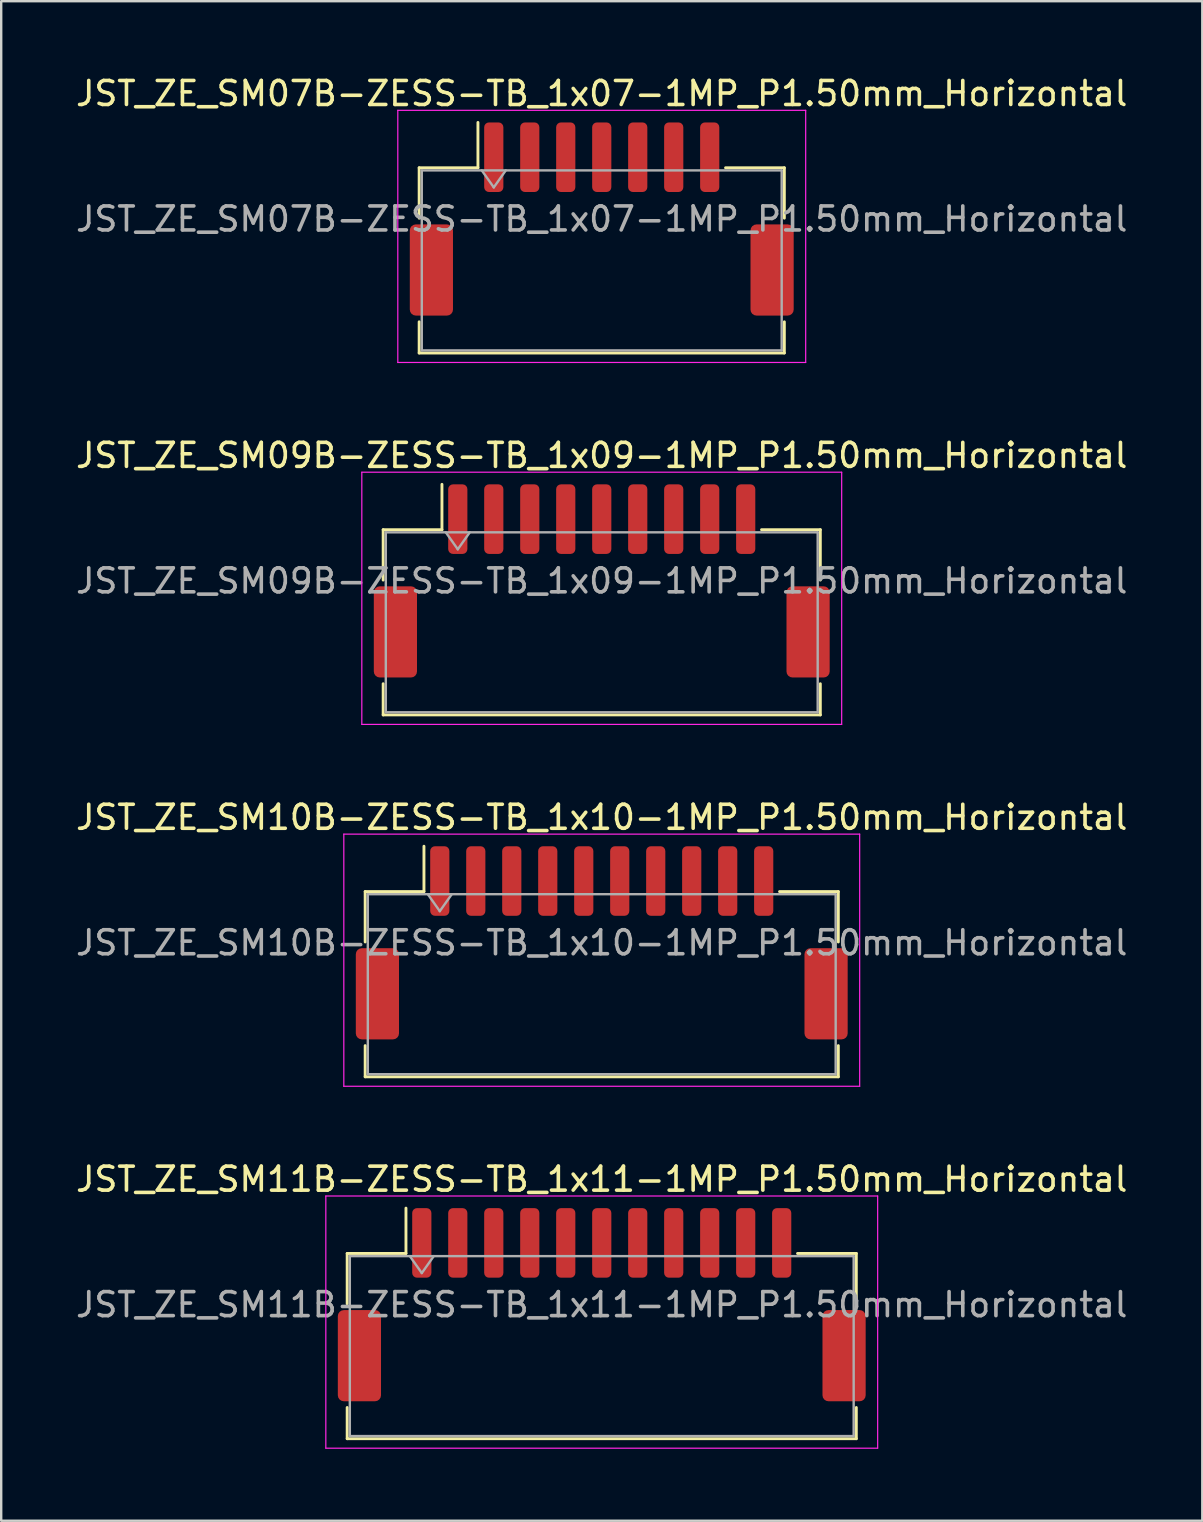
<source format=kicad_pcb>
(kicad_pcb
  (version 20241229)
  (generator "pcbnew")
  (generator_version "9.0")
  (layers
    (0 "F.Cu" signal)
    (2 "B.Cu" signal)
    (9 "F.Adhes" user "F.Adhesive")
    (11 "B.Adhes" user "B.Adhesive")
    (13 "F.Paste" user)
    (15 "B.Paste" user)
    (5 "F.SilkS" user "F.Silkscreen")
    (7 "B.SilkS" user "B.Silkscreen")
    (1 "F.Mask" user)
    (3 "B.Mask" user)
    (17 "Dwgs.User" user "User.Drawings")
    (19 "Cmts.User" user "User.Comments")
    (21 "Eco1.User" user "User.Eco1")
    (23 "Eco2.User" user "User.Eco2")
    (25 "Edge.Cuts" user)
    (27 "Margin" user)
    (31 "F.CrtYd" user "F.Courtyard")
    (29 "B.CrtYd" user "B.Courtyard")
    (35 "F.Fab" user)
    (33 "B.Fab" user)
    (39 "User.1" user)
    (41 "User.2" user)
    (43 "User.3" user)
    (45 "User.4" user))
  (footprint "JST_ZE_SM07B-ZESS-TB_1x07-1MP_P1.50mm_Horizontal"
    (layer "F.Cu")
    (at 22.03 6.078)
    (property "Reference" "JST_ZE_SM07B-ZESS-TB_1x07-1MP_P1.50mm_Horizontal" (at 0 -5.23 0) (layer "F.SilkS") (effects (font (size 1 1) (thickness 0.15))))
    (attr smd)
    (fp_line (start -7.61 -2.135) (end -5.16 -2.135) (stroke (width 0.12) (type solid)) (layer "F.SilkS"))
    (fp_line (start -7.61 -0.035) (end -7.61 -2.135) (stroke (width 0.12) (type solid)) (layer "F.SilkS"))
    (fp_line (start -7.61 4.285) (end -7.61 5.585) (stroke (width 0.12) (type solid)) (layer "F.SilkS"))
    (fp_line (start -7.61 5.585) (end 7.61 5.585) (stroke (width 0.12) (type solid)) (layer "F.SilkS"))
    (fp_line (start -5.16 -2.135) (end -5.16 -4.025) (stroke (width 0.12) (type solid)) (layer "F.SilkS"))
    (fp_line (start 7.61 -2.135) (end 5.16 -2.135) (stroke (width 0.12) (type solid)) (layer "F.SilkS"))
    (fp_line (start 7.61 -0.035) (end 7.61 -2.135) (stroke (width 0.12) (type solid)) (layer "F.SilkS"))
    (fp_line (start 7.61 5.585) (end 7.61 4.285) (stroke (width 0.12) (type solid)) (layer "F.SilkS"))
    (fp_line (start -8.5 -4.53) (end -8.5 5.98) (stroke (width 0.05) (type solid)) (layer "F.CrtYd"))
    (fp_line (start -8.5 5.98) (end 8.5 5.98) (stroke (width 0.05) (type solid)) (layer "F.CrtYd"))
    (fp_line (start 8.5 -4.53) (end -8.5 -4.53) (stroke (width 0.05) (type solid)) (layer "F.CrtYd"))
    (fp_line (start 8.5 5.98) (end 8.5 -4.53) (stroke (width 0.05) (type solid)) (layer "F.CrtYd"))
    (fp_line (start -7.5 -2.025) (end -7.5 5.475) (stroke (width 0.1) (type solid)) (layer "F.Fab"))
    (fp_line (start -7.5 -2.025) (end 7.5 -2.025) (stroke (width 0.1) (type solid)) (layer "F.Fab"))
    (fp_line (start -7.5 5.475) (end 7.5 5.475) (stroke (width 0.1) (type solid)) (layer "F.Fab"))
    (fp_line (start -5 -2.025) (end -4.5 -1.318) (stroke (width 0.1) (type solid)) (layer "F.Fab"))
    (fp_line (start -4.5 -1.318) (end -4 -2.025) (stroke (width 0.1) (type solid)) (layer "F.Fab"))
    (fp_line (start 7.5 -2.025) (end 7.5 5.475) (stroke (width 0.1) (type solid)) (layer "F.Fab"))
    (fp_text user "${REFERENCE}" (at 0 0 0) (layer "F.Fab") (effects (font (size 1 1) (thickness 0.15))))
    (pad "1" smd roundrect (at -4.5 -2.575) (size 0.8 2.9) (layers "F.Cu" "F.Mask" "F.Paste") (roundrect_rratio 0.25))
    (pad "2" smd roundrect (at -3 -2.575) (size 0.8 2.9) (layers "F.Cu" "F.Mask" "F.Paste") (roundrect_rratio 0.25))
    (pad "3" smd roundrect (at -1.5 -2.575) (size 0.8 2.9) (layers "F.Cu" "F.Mask" "F.Paste") (roundrect_rratio 0.25))
    (pad "4" smd roundrect (at 0 -2.575) (size 0.8 2.9) (layers "F.Cu" "F.Mask" "F.Paste") (roundrect_rratio 0.25))
    (pad "5" smd roundrect (at 1.5 -2.575) (size 0.8 2.9) (layers "F.Cu" "F.Mask" "F.Paste") (roundrect_rratio 0.25))
    (pad "6" smd roundrect (at 3 -2.575) (size 0.8 2.9) (layers "F.Cu" "F.Mask" "F.Paste") (roundrect_rratio 0.25))
    (pad "7" smd roundrect (at 4.5 -2.575) (size 0.8 2.9) (layers "F.Cu" "F.Mask" "F.Paste") (roundrect_rratio 0.25))
    (pad "MP" smd roundrect (at -7.1 2.125) (size 1.8 3.8) (layers "F.Cu" "F.Mask" "F.Paste") (roundrect_rratio 0.139))
    (pad "MP" smd roundrect (at 7.1 2.125) (size 1.8 3.8) (layers "F.Cu" "F.Mask" "F.Paste") (roundrect_rratio 0.139)))
  (footprint "JST_ZE_SM10B-ZESS-TB_1x10-1MP_P1.50mm_Horizontal"
    (layer "F.Cu")
    (at 22.03 36.245)
    (property "Reference" "JST_ZE_SM10B-ZESS-TB_1x10-1MP_P1.50mm_Horizontal" (at 0 -5.23 0) (layer "F.SilkS") (effects (font (size 1 1) (thickness 0.15))))
    (attr smd)
    (fp_line (start -9.86 -2.135) (end -7.41 -2.135) (stroke (width 0.12) (type solid)) (layer "F.SilkS"))
    (fp_line (start -9.86 -0.035) (end -9.86 -2.135) (stroke (width 0.12) (type solid)) (layer "F.SilkS"))
    (fp_line (start -9.86 4.285) (end -9.86 5.585) (stroke (width 0.12) (type solid)) (layer "F.SilkS"))
    (fp_line (start -9.86 5.585) (end 9.86 5.585) (stroke (width 0.12) (type solid)) (layer "F.SilkS"))
    (fp_line (start -7.41 -2.135) (end -7.41 -4.025) (stroke (width 0.12) (type solid)) (layer "F.SilkS"))
    (fp_line (start 9.86 -2.135) (end 7.41 -2.135) (stroke (width 0.12) (type solid)) (layer "F.SilkS"))
    (fp_line (start 9.86 -0.035) (end 9.86 -2.135) (stroke (width 0.12) (type solid)) (layer "F.SilkS"))
    (fp_line (start 9.86 5.585) (end 9.86 4.285) (stroke (width 0.12) (type solid)) (layer "F.SilkS"))
    (fp_line (start -10.75 -4.53) (end -10.75 5.98) (stroke (width 0.05) (type solid)) (layer "F.CrtYd"))
    (fp_line (start -10.75 5.98) (end 10.75 5.98) (stroke (width 0.05) (type solid)) (layer "F.CrtYd"))
    (fp_line (start 10.75 -4.53) (end -10.75 -4.53) (stroke (width 0.05) (type solid)) (layer "F.CrtYd"))
    (fp_line (start 10.75 5.98) (end 10.75 -4.53) (stroke (width 0.05) (type solid)) (layer "F.CrtYd"))
    (fp_line (start -9.75 -2.025) (end -9.75 5.475) (stroke (width 0.1) (type solid)) (layer "F.Fab"))
    (fp_line (start -9.75 -2.025) (end 9.75 -2.025) (stroke (width 0.1) (type solid)) (layer "F.Fab"))
    (fp_line (start -9.75 5.475) (end 9.75 5.475) (stroke (width 0.1) (type solid)) (layer "F.Fab"))
    (fp_line (start -7.25 -2.025) (end -6.75 -1.318) (stroke (width 0.1) (type solid)) (layer "F.Fab"))
    (fp_line (start -6.75 -1.318) (end -6.25 -2.025) (stroke (width 0.1) (type solid)) (layer "F.Fab"))
    (fp_line (start 9.75 -2.025) (end 9.75 5.475) (stroke (width 0.1) (type solid)) (layer "F.Fab"))
    (fp_text user "${REFERENCE}" (at 0 0 0) (layer "F.Fab") (effects (font (size 1 1) (thickness 0.15))))
    (pad "1" smd roundrect (at -6.75 -2.575) (size 0.8 2.9) (layers "F.Cu" "F.Mask" "F.Paste") (roundrect_rratio 0.25))
    (pad "2" smd roundrect (at -5.25 -2.575) (size 0.8 2.9) (layers "F.Cu" "F.Mask" "F.Paste") (roundrect_rratio 0.25))
    (pad "3" smd roundrect (at -3.75 -2.575) (size 0.8 2.9) (layers "F.Cu" "F.Mask" "F.Paste") (roundrect_rratio 0.25))
    (pad "4" smd roundrect (at -2.25 -2.575) (size 0.8 2.9) (layers "F.Cu" "F.Mask" "F.Paste") (roundrect_rratio 0.25))
    (pad "5" smd roundrect (at -0.75 -2.575) (size 0.8 2.9) (layers "F.Cu" "F.Mask" "F.Paste") (roundrect_rratio 0.25))
    (pad "6" smd roundrect (at 0.75 -2.575) (size 0.8 2.9) (layers "F.Cu" "F.Mask" "F.Paste") (roundrect_rratio 0.25))
    (pad "7" smd roundrect (at 2.25 -2.575) (size 0.8 2.9) (layers "F.Cu" "F.Mask" "F.Paste") (roundrect_rratio 0.25))
    (pad "8" smd roundrect (at 3.75 -2.575) (size 0.8 2.9) (layers "F.Cu" "F.Mask" "F.Paste") (roundrect_rratio 0.25))
    (pad "9" smd roundrect (at 5.25 -2.575) (size 0.8 2.9) (layers "F.Cu" "F.Mask" "F.Paste") (roundrect_rratio 0.25))
    (pad "10" smd roundrect (at 6.75 -2.575) (size 0.8 2.9) (layers "F.Cu" "F.Mask" "F.Paste") (roundrect_rratio 0.25))
    (pad "MP" smd roundrect (at -9.35 2.125) (size 1.8 3.8) (layers "F.Cu" "F.Mask" "F.Paste") (roundrect_rratio 0.139))
    (pad "MP" smd roundrect (at 9.35 2.125) (size 1.8 3.8) (layers "F.Cu" "F.Mask" "F.Paste") (roundrect_rratio 0.139)))
  (footprint "JST_ZE_SM09B-ZESS-TB_1x09-1MP_P1.50mm_Horizontal"
    (layer "F.Cu")
    (at 22.03 21.162)
    (property "Reference" "JST_ZE_SM09B-ZESS-TB_1x09-1MP_P1.50mm_Horizontal" (at 0 -5.23 0) (layer "F.SilkS") (effects (font (size 1 1) (thickness 0.15))))
    (attr smd)
    (fp_line (start -9.11 -2.135) (end -6.66 -2.135) (stroke (width 0.12) (type solid)) (layer "F.SilkS"))
    (fp_line (start -9.11 -0.035) (end -9.11 -2.135) (stroke (width 0.12) (type solid)) (layer "F.SilkS"))
    (fp_line (start -9.11 4.285) (end -9.11 5.585) (stroke (width 0.12) (type solid)) (layer "F.SilkS"))
    (fp_line (start -9.11 5.585) (end 9.11 5.585) (stroke (width 0.12) (type solid)) (layer "F.SilkS"))
    (fp_line (start -6.66 -2.135) (end -6.66 -4.025) (stroke (width 0.12) (type solid)) (layer "F.SilkS"))
    (fp_line (start 9.11 -2.135) (end 6.66 -2.135) (stroke (width 0.12) (type solid)) (layer "F.SilkS"))
    (fp_line (start 9.11 -0.035) (end 9.11 -2.135) (stroke (width 0.12) (type solid)) (layer "F.SilkS"))
    (fp_line (start 9.11 5.585) (end 9.11 4.285) (stroke (width 0.12) (type solid)) (layer "F.SilkS"))
    (fp_line (start -10 -4.53) (end -10 5.98) (stroke (width 0.05) (type solid)) (layer "F.CrtYd"))
    (fp_line (start -10 5.98) (end 10 5.98) (stroke (width 0.05) (type solid)) (layer "F.CrtYd"))
    (fp_line (start 10 -4.53) (end -10 -4.53) (stroke (width 0.05) (type solid)) (layer "F.CrtYd"))
    (fp_line (start 10 5.98) (end 10 -4.53) (stroke (width 0.05) (type solid)) (layer "F.CrtYd"))
    (fp_line (start -9 -2.025) (end -9 5.475) (stroke (width 0.1) (type solid)) (layer "F.Fab"))
    (fp_line (start -9 -2.025) (end 9 -2.025) (stroke (width 0.1) (type solid)) (layer "F.Fab"))
    (fp_line (start -9 5.475) (end 9 5.475) (stroke (width 0.1) (type solid)) (layer "F.Fab"))
    (fp_line (start -6.5 -2.025) (end -6 -1.318) (stroke (width 0.1) (type solid)) (layer "F.Fab"))
    (fp_line (start -6 -1.318) (end -5.5 -2.025) (stroke (width 0.1) (type solid)) (layer "F.Fab"))
    (fp_line (start 9 -2.025) (end 9 5.475) (stroke (width 0.1) (type solid)) (layer "F.Fab"))
    (fp_text user "${REFERENCE}" (at 0 0 0) (layer "F.Fab") (effects (font (size 1 1) (thickness 0.15))))
    (pad "1" smd roundrect (at -6 -2.575) (size 0.8 2.9) (layers "F.Cu" "F.Mask" "F.Paste") (roundrect_rratio 0.25))
    (pad "2" smd roundrect (at -4.5 -2.575) (size 0.8 2.9) (layers "F.Cu" "F.Mask" "F.Paste") (roundrect_rratio 0.25))
    (pad "3" smd roundrect (at -3 -2.575) (size 0.8 2.9) (layers "F.Cu" "F.Mask" "F.Paste") (roundrect_rratio 0.25))
    (pad "4" smd roundrect (at -1.5 -2.575) (size 0.8 2.9) (layers "F.Cu" "F.Mask" "F.Paste") (roundrect_rratio 0.25))
    (pad "5" smd roundrect (at 0 -2.575) (size 0.8 2.9) (layers "F.Cu" "F.Mask" "F.Paste") (roundrect_rratio 0.25))
    (pad "6" smd roundrect (at 1.5 -2.575) (size 0.8 2.9) (layers "F.Cu" "F.Mask" "F.Paste") (roundrect_rratio 0.25))
    (pad "7" smd roundrect (at 3 -2.575) (size 0.8 2.9) (layers "F.Cu" "F.Mask" "F.Paste") (roundrect_rratio 0.25))
    (pad "8" smd roundrect (at 4.5 -2.575) (size 0.8 2.9) (layers "F.Cu" "F.Mask" "F.Paste") (roundrect_rratio 0.25))
    (pad "9" smd roundrect (at 6 -2.575) (size 0.8 2.9) (layers "F.Cu" "F.Mask" "F.Paste") (roundrect_rratio 0.25))
    (pad "MP" smd roundrect (at -8.6 2.125) (size 1.8 3.8) (layers "F.Cu" "F.Mask" "F.Paste") (roundrect_rratio 0.139))
    (pad "MP" smd roundrect (at 8.6 2.125) (size 1.8 3.8) (layers "F.Cu" "F.Mask" "F.Paste") (roundrect_rratio 0.139)))
  (footprint "JST_ZE_SM11B-ZESS-TB_1x11-1MP_P1.50mm_Horizontal"
    (layer "F.Cu")
    (at 22.03 51.328)
    (property "Reference" "JST_ZE_SM11B-ZESS-TB_1x11-1MP_P1.50mm_Horizontal" (at 0 -5.23 0) (layer "F.SilkS") (effects (font (size 1 1) (thickness 0.15))))
    (attr smd)
    (fp_line (start -10.61 -2.135) (end -8.16 -2.135) (stroke (width 0.12) (type solid)) (layer "F.SilkS"))
    (fp_line (start -10.61 -0.035) (end -10.61 -2.135) (stroke (width 0.12) (type solid)) (layer "F.SilkS"))
    (fp_line (start -10.61 4.285) (end -10.61 5.585) (stroke (width 0.12) (type solid)) (layer "F.SilkS"))
    (fp_line (start -10.61 5.585) (end 10.61 5.585) (stroke (width 0.12) (type solid)) (layer "F.SilkS"))
    (fp_line (start -8.16 -2.135) (end -8.16 -4.025) (stroke (width 0.12) (type solid)) (layer "F.SilkS"))
    (fp_line (start 10.61 -2.135) (end 8.16 -2.135) (stroke (width 0.12) (type solid)) (layer "F.SilkS"))
    (fp_line (start 10.61 -0.035) (end 10.61 -2.135) (stroke (width 0.12) (type solid)) (layer "F.SilkS"))
    (fp_line (start 10.61 5.585) (end 10.61 4.285) (stroke (width 0.12) (type solid)) (layer "F.SilkS"))
    (fp_line (start -11.5 -4.53) (end -11.5 5.98) (stroke (width 0.05) (type solid)) (layer "F.CrtYd"))
    (fp_line (start -11.5 5.98) (end 11.5 5.98) (stroke (width 0.05) (type solid)) (layer "F.CrtYd"))
    (fp_line (start 11.5 -4.53) (end -11.5 -4.53) (stroke (width 0.05) (type solid)) (layer "F.CrtYd"))
    (fp_line (start 11.5 5.98) (end 11.5 -4.53) (stroke (width 0.05) (type solid)) (layer "F.CrtYd"))
    (fp_line (start -10.5 -2.025) (end -10.5 5.475) (stroke (width 0.1) (type solid)) (layer "F.Fab"))
    (fp_line (start -10.5 -2.025) (end 10.5 -2.025) (stroke (width 0.1) (type solid)) (layer "F.Fab"))
    (fp_line (start -10.5 5.475) (end 10.5 5.475) (stroke (width 0.1) (type solid)) (layer "F.Fab"))
    (fp_line (start -8 -2.025) (end -7.5 -1.318) (stroke (width 0.1) (type solid)) (layer "F.Fab"))
    (fp_line (start -7.5 -1.318) (end -7 -2.025) (stroke (width 0.1) (type solid)) (layer "F.Fab"))
    (fp_line (start 10.5 -2.025) (end 10.5 5.475) (stroke (width 0.1) (type solid)) (layer "F.Fab"))
    (fp_text user "${REFERENCE}" (at 0 0 0) (layer "F.Fab") (effects (font (size 1 1) (thickness 0.15))))
    (pad "1" smd roundrect (at -7.5 -2.575) (size 0.8 2.9) (layers "F.Cu" "F.Mask" "F.Paste") (roundrect_rratio 0.25))
    (pad "2" smd roundrect (at -6 -2.575) (size 0.8 2.9) (layers "F.Cu" "F.Mask" "F.Paste") (roundrect_rratio 0.25))
    (pad "3" smd roundrect (at -4.5 -2.575) (size 0.8 2.9) (layers "F.Cu" "F.Mask" "F.Paste") (roundrect_rratio 0.25))
    (pad "4" smd roundrect (at -3 -2.575) (size 0.8 2.9) (layers "F.Cu" "F.Mask" "F.Paste") (roundrect_rratio 0.25))
    (pad "5" smd roundrect (at -1.5 -2.575) (size 0.8 2.9) (layers "F.Cu" "F.Mask" "F.Paste") (roundrect_rratio 0.25))
    (pad "6" smd roundrect (at 0 -2.575) (size 0.8 2.9) (layers "F.Cu" "F.Mask" "F.Paste") (roundrect_rratio 0.25))
    (pad "7" smd roundrect (at 1.5 -2.575) (size 0.8 2.9) (layers "F.Cu" "F.Mask" "F.Paste") (roundrect_rratio 0.25))
    (pad "8" smd roundrect (at 3 -2.575) (size 0.8 2.9) (layers "F.Cu" "F.Mask" "F.Paste") (roundrect_rratio 0.25))
    (pad "9" smd roundrect (at 4.5 -2.575) (size 0.8 2.9) (layers "F.Cu" "F.Mask" "F.Paste") (roundrect_rratio 0.25))
    (pad "10" smd roundrect (at 6 -2.575) (size 0.8 2.9) (layers "F.Cu" "F.Mask" "F.Paste") (roundrect_rratio 0.25))
    (pad "11" smd roundrect (at 7.5 -2.575) (size 0.8 2.9) (layers "F.Cu" "F.Mask" "F.Paste") (roundrect_rratio 0.25))
    (pad "MP" smd roundrect (at -10.1 2.125) (size 1.8 3.8) (layers "F.Cu" "F.Mask" "F.Paste") (roundrect_rratio 0.139))
    (pad "MP" smd roundrect (at 10.1 2.125) (size 1.8 3.8) (layers "F.Cu" "F.Mask" "F.Paste") (roundrect_rratio 0.139)))
  (gr_rect
    (start -3 -3)
    (end 47.06 60.333)
    (stroke (width 0.1) (type default))
    (fill no)
    (layer "Edge.Cuts")))
</source>
